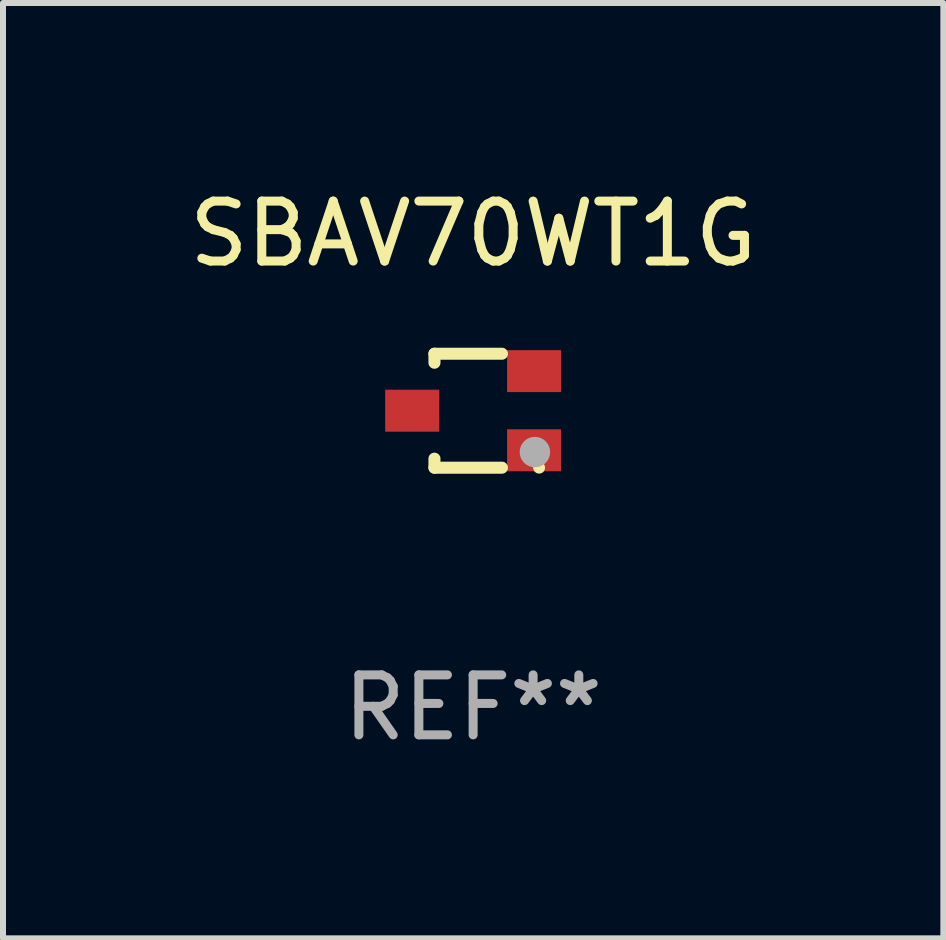
<source format=kicad_pcb>
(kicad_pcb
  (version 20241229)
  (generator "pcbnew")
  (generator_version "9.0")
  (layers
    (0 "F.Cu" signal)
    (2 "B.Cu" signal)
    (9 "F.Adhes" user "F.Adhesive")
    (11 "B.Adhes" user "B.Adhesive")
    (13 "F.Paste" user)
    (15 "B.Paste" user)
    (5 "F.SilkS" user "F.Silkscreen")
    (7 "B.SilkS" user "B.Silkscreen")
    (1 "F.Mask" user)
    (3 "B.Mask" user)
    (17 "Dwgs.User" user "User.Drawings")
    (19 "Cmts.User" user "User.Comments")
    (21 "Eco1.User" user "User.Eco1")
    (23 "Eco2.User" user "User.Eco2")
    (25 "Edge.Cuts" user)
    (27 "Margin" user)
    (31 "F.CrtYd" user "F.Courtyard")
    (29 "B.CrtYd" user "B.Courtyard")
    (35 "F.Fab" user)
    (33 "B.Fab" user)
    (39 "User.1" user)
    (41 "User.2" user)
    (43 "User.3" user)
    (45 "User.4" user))
  (footprint "SBAV70WT1G"
    (layer "F.Cu")
    (at 4.839 3.798)
    (property "Reference" "SBAV70WT1G" (at 0 -2.95 0) (layer "F.SilkS") (effects (font (size 1 1) (thickness 0.15))))
    (attr through_hole)
    (fp_line (start -0.645 -0.95) (end 0.48 -0.95) (stroke (width 0.201) (type solid)) (layer "F.SilkS"))
    (fp_line (start -0.645 -0.8) (end -0.645 -0.95) (stroke (width 0.201) (type solid)) (layer "F.SilkS"))
    (fp_line (start -0.645 0.95) (end -0.645 0.8) (stroke (width 0.201) (type solid)) (layer "F.SilkS"))
    (fp_line (start 0.48 0.95) (end -0.645 0.95) (stroke (width 0.201) (type solid)) (layer "F.SilkS"))
    (fp_circle (center 1.1 0.95) (end 1.15 0.95) (stroke (width 0.1) (type solid)) (fill no) (layer "F.SilkS"))
    (fp_circle (center 1.03 0.69) (end 1.157 0.69) (stroke (width 0.254) (type solid)) (fill no) (layer "F.Fab"))
    (fp_text user "REF**" (at 0 4.95 0) (layer "F.Fab") (effects (font (size 1 1) (thickness 0.15))))
    (pad "1" smd rect (at 1.016 0.66 90) (size 0.7 0.9) (layers "F.Cu" "F.Mask" "F.Paste"))
    (pad "2" smd rect (at 1.016 -0.66 90) (size 0.7 0.9) (layers "F.Cu" "F.Mask" "F.Paste"))
    (pad "3" smd rect (at -1.016 0 90) (size 0.7 0.9) (layers "F.Cu" "F.Mask" "F.Paste")))
  (gr_rect
    (start -3 -3)
    (end 12.679 12.596)
    (stroke (width 0.1) (type default))
    (fill no)
    (layer "Edge.Cuts")))
</source>
